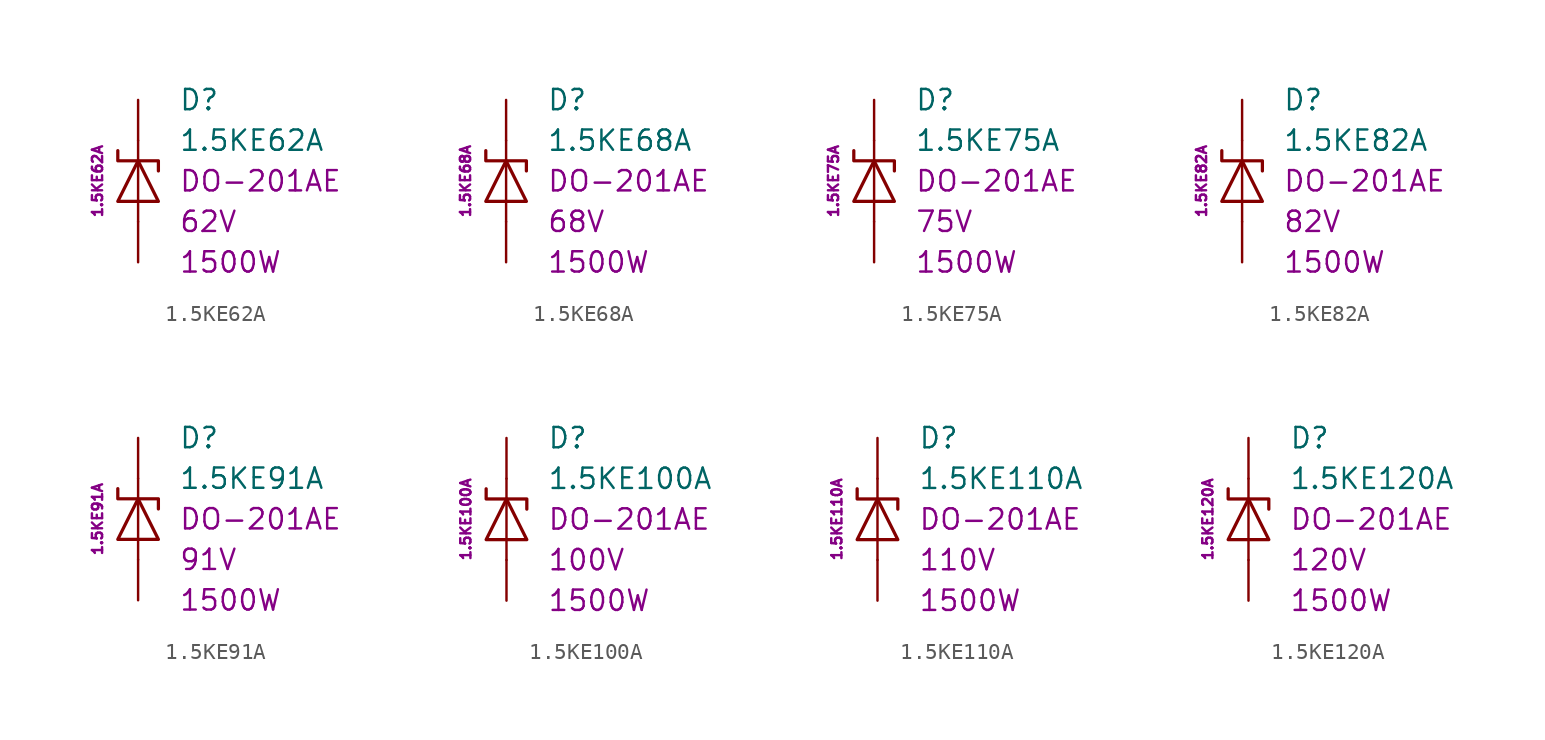
<source format=kicad_sym>
(kicad_symbol_lib
  (version 20201005)
  (generator kicad_symbol_editor)
  (symbol "1.5KE62A"
    (pin_numbers hide)
    (pin_names
      (offset 1.016) hide)
    (property "Reference" "D"
      (at 2.54 5.08 0)
      (effects (font (size 1.27 1.27)) (justify left)))
    (property "Value" "1.5KE62A"
      (at 2.54 2.54 0)
      (effects (font (size 1.27 1.27)) (justify left)))
    (property "Package" "DO-201AE"
      (at 2.54 0 0)
      (effects (font (size 1.27 1.27)) (justify left)))
    (property "Voltage" "62V"
      (at 2.54 -2.54 0)
      (effects (font (size 1.27 1.27)) (justify left)))
    (property "PeakPulsePower" "1500W"
      (at 2.54 -5.08 0)
      (effects (font (size 1.27 1.27)) (justify left)))
    (property "MPN" "1.5KE62A"
      (at -2.54 0 90)
      (effects (font (size 0.635 0.635))))
    (symbol "1.5KE62A_0_1"
      (polyline (pts (xy 0 -2.54) (xy 0 -1.27)) (stroke (width 0)) (fill (type none)))
      (polyline (pts (xy 0 -1.27) (xy 0 1.27)) (stroke (width 0)) (fill (type none)))
      (polyline (pts (xy 0 2.54) (xy 0 1.27)) (stroke (width 0)) (fill (type none)))
      (polyline (pts (xy -1.27 -1.27) (xy 1.27 -1.27) (xy 0 1.27) (xy -1.27 -1.27)) (stroke (width 0.203)) (fill (type none)))
      (polyline (pts (xy -1.27 1.905) (xy -1.27 1.27) (xy 1.27 1.27) (xy 1.27 0.635)) (stroke (width 0.203)) (fill (type none))))
    (symbol "1.5KE62A_1_1"
      (pin passive line (at 0 5.08 270) (length 2.54) (name "K" (effects (font (size 1.27 1.27)))) (number "1" (effects (font (size 1.27 1.27)))))
      (pin passive line (at 0 -5.08 90) (length 2.54) (name "A" (effects (font (size 1.27 1.27)))) (number "2" (effects (font (size 1.27 1.27)))))))
  (symbol "1.5KE68A"
    (pin_numbers hide)
    (pin_names
      (offset 1.016) hide)
    (property "Reference" "D"
      (at 2.54 5.08 0)
      (effects (font (size 1.27 1.27)) (justify left)))
    (property "Value" "1.5KE68A"
      (at 2.54 2.54 0)
      (effects (font (size 1.27 1.27)) (justify left)))
    (property "Package" "DO-201AE"
      (at 2.54 0 0)
      (effects (font (size 1.27 1.27)) (justify left)))
    (property "Voltage" "68V"
      (at 2.54 -2.54 0)
      (effects (font (size 1.27 1.27)) (justify left)))
    (property "PeakPulsePower" "1500W"
      (at 2.54 -5.08 0)
      (effects (font (size 1.27 1.27)) (justify left)))
    (property "MPN" "1.5KE68A"
      (at -2.54 0 90)
      (effects (font (size 0.635 0.635))))
    (symbol "1.5KE68A_0_1"
      (polyline (pts (xy 0 -2.54) (xy 0 -1.27)) (stroke (width 0)) (fill (type none)))
      (polyline (pts (xy 0 -1.27) (xy 0 1.27)) (stroke (width 0)) (fill (type none)))
      (polyline (pts (xy 0 2.54) (xy 0 1.27)) (stroke (width 0)) (fill (type none)))
      (polyline (pts (xy -1.27 -1.27) (xy 1.27 -1.27) (xy 0 1.27) (xy -1.27 -1.27)) (stroke (width 0.203)) (fill (type none)))
      (polyline (pts (xy -1.27 1.905) (xy -1.27 1.27) (xy 1.27 1.27) (xy 1.27 0.635)) (stroke (width 0.203)) (fill (type none))))
    (symbol "1.5KE68A_1_1"
      (pin passive line (at 0 5.08 270) (length 2.54) (name "K" (effects (font (size 1.27 1.27)))) (number "1" (effects (font (size 1.27 1.27)))))
      (pin passive line (at 0 -5.08 90) (length 2.54) (name "A" (effects (font (size 1.27 1.27)))) (number "2" (effects (font (size 1.27 1.27)))))))
  (symbol "1.5KE75A"
    (pin_numbers hide)
    (pin_names
      (offset 1.016) hide)
    (property "Reference" "D"
      (at 2.54 5.08 0)
      (effects (font (size 1.27 1.27)) (justify left)))
    (property "Value" "1.5KE75A"
      (at 2.54 2.54 0)
      (effects (font (size 1.27 1.27)) (justify left)))
    (property "Package" "DO-201AE"
      (at 2.54 0 0)
      (effects (font (size 1.27 1.27)) (justify left)))
    (property "Voltage" "75V"
      (at 2.54 -2.54 0)
      (effects (font (size 1.27 1.27)) (justify left)))
    (property "PeakPulsePower" "1500W"
      (at 2.54 -5.08 0)
      (effects (font (size 1.27 1.27)) (justify left)))
    (property "MPN" "1.5KE75A"
      (at -2.54 0 90)
      (effects (font (size 0.635 0.635))))
    (symbol "1.5KE75A_0_1"
      (polyline (pts (xy 0 -2.54) (xy 0 -1.27)) (stroke (width 0)) (fill (type none)))
      (polyline (pts (xy 0 -1.27) (xy 0 1.27)) (stroke (width 0)) (fill (type none)))
      (polyline (pts (xy 0 2.54) (xy 0 1.27)) (stroke (width 0)) (fill (type none)))
      (polyline (pts (xy -1.27 -1.27) (xy 1.27 -1.27) (xy 0 1.27) (xy -1.27 -1.27)) (stroke (width 0.203)) (fill (type none)))
      (polyline (pts (xy -1.27 1.905) (xy -1.27 1.27) (xy 1.27 1.27) (xy 1.27 0.635)) (stroke (width 0.203)) (fill (type none))))
    (symbol "1.5KE75A_1_1"
      (pin passive line (at 0 5.08 270) (length 2.54) (name "K" (effects (font (size 1.27 1.27)))) (number "1" (effects (font (size 1.27 1.27)))))
      (pin passive line (at 0 -5.08 90) (length 2.54) (name "A" (effects (font (size 1.27 1.27)))) (number "2" (effects (font (size 1.27 1.27)))))))
  (symbol "1.5KE82A"
    (pin_numbers hide)
    (pin_names
      (offset 1.016) hide)
    (property "Reference" "D"
      (at 2.54 5.08 0)
      (effects (font (size 1.27 1.27)) (justify left)))
    (property "Value" "1.5KE82A"
      (at 2.54 2.54 0)
      (effects (font (size 1.27 1.27)) (justify left)))
    (property "Package" "DO-201AE"
      (at 2.54 0 0)
      (effects (font (size 1.27 1.27)) (justify left)))
    (property "Voltage" "82V"
      (at 2.54 -2.54 0)
      (effects (font (size 1.27 1.27)) (justify left)))
    (property "PeakPulsePower" "1500W"
      (at 2.54 -5.08 0)
      (effects (font (size 1.27 1.27)) (justify left)))
    (property "MPN" "1.5KE82A"
      (at -2.54 0 90)
      (effects (font (size 0.635 0.635))))
    (symbol "1.5KE82A_0_1"
      (polyline (pts (xy 0 -2.54) (xy 0 -1.27)) (stroke (width 0)) (fill (type none)))
      (polyline (pts (xy 0 -1.27) (xy 0 1.27)) (stroke (width 0)) (fill (type none)))
      (polyline (pts (xy 0 2.54) (xy 0 1.27)) (stroke (width 0)) (fill (type none)))
      (polyline (pts (xy -1.27 -1.27) (xy 1.27 -1.27) (xy 0 1.27) (xy -1.27 -1.27)) (stroke (width 0.203)) (fill (type none)))
      (polyline (pts (xy -1.27 1.905) (xy -1.27 1.27) (xy 1.27 1.27) (xy 1.27 0.635)) (stroke (width 0.203)) (fill (type none))))
    (symbol "1.5KE82A_1_1"
      (pin passive line (at 0 5.08 270) (length 2.54) (name "K" (effects (font (size 1.27 1.27)))) (number "1" (effects (font (size 1.27 1.27)))))
      (pin passive line (at 0 -5.08 90) (length 2.54) (name "A" (effects (font (size 1.27 1.27)))) (number "2" (effects (font (size 1.27 1.27)))))))
  (symbol "1.5KE91A"
    (pin_numbers hide)
    (pin_names
      (offset 1.016) hide)
    (property "Reference" "D"
      (at 2.54 5.08 0)
      (effects (font (size 1.27 1.27)) (justify left)))
    (property "Value" "1.5KE91A"
      (at 2.54 2.54 0)
      (effects (font (size 1.27 1.27)) (justify left)))
    (property "Package" "DO-201AE"
      (at 2.54 0 0)
      (effects (font (size 1.27 1.27)) (justify left)))
    (property "Voltage" "91V"
      (at 2.54 -2.54 0)
      (effects (font (size 1.27 1.27)) (justify left)))
    (property "PeakPulsePower" "1500W"
      (at 2.54 -5.08 0)
      (effects (font (size 1.27 1.27)) (justify left)))
    (property "MPN" "1.5KE91A"
      (at -2.54 0 90)
      (effects (font (size 0.635 0.635))))
    (symbol "1.5KE91A_0_1"
      (polyline (pts (xy 0 -2.54) (xy 0 -1.27)) (stroke (width 0)) (fill (type none)))
      (polyline (pts (xy 0 -1.27) (xy 0 1.27)) (stroke (width 0)) (fill (type none)))
      (polyline (pts (xy 0 2.54) (xy 0 1.27)) (stroke (width 0)) (fill (type none)))
      (polyline (pts (xy -1.27 -1.27) (xy 1.27 -1.27) (xy 0 1.27) (xy -1.27 -1.27)) (stroke (width 0.203)) (fill (type none)))
      (polyline (pts (xy -1.27 1.905) (xy -1.27 1.27) (xy 1.27 1.27) (xy 1.27 0.635)) (stroke (width 0.203)) (fill (type none))))
    (symbol "1.5KE91A_1_1"
      (pin passive line (at 0 5.08 270) (length 2.54) (name "K" (effects (font (size 1.27 1.27)))) (number "1" (effects (font (size 1.27 1.27)))))
      (pin passive line (at 0 -5.08 90) (length 2.54) (name "A" (effects (font (size 1.27 1.27)))) (number "2" (effects (font (size 1.27 1.27)))))))
  (symbol "1.5KE100A"
    (pin_numbers hide)
    (pin_names
      (offset 1.016) hide)
    (property "Reference" "D"
      (at 2.54 5.08 0)
      (effects (font (size 1.27 1.27)) (justify left)))
    (property "Value" "1.5KE100A"
      (at 2.54 2.54 0)
      (effects (font (size 1.27 1.27)) (justify left)))
    (property "Package" "DO-201AE"
      (at 2.54 0 0)
      (effects (font (size 1.27 1.27)) (justify left)))
    (property "Voltage" "100V"
      (at 2.54 -2.54 0)
      (effects (font (size 1.27 1.27)) (justify left)))
    (property "PeakPulsePower" "1500W"
      (at 2.54 -5.08 0)
      (effects (font (size 1.27 1.27)) (justify left)))
    (property "MPN" "1.5KE100A"
      (at -2.54 0 90)
      (effects (font (size 0.635 0.635))))
    (symbol "1.5KE100A_0_1"
      (polyline (pts (xy 0 -2.54) (xy 0 -1.27)) (stroke (width 0)) (fill (type none)))
      (polyline (pts (xy 0 -1.27) (xy 0 1.27)) (stroke (width 0)) (fill (type none)))
      (polyline (pts (xy 0 2.54) (xy 0 1.27)) (stroke (width 0)) (fill (type none)))
      (polyline (pts (xy -1.27 -1.27) (xy 1.27 -1.27) (xy 0 1.27) (xy -1.27 -1.27)) (stroke (width 0.203)) (fill (type none)))
      (polyline (pts (xy -1.27 1.905) (xy -1.27 1.27) (xy 1.27 1.27) (xy 1.27 0.635)) (stroke (width 0.203)) (fill (type none))))
    (symbol "1.5KE100A_1_1"
      (pin passive line (at 0 5.08 270) (length 2.54) (name "K" (effects (font (size 1.27 1.27)))) (number "1" (effects (font (size 1.27 1.27)))))
      (pin passive line (at 0 -5.08 90) (length 2.54) (name "A" (effects (font (size 1.27 1.27)))) (number "2" (effects (font (size 1.27 1.27)))))))
  (symbol "1.5KE110A"
    (pin_numbers hide)
    (pin_names
      (offset 1.016) hide)
    (property "Reference" "D"
      (at 2.54 5.08 0)
      (effects (font (size 1.27 1.27)) (justify left)))
    (property "Value" "1.5KE110A"
      (at 2.54 2.54 0)
      (effects (font (size 1.27 1.27)) (justify left)))
    (property "Package" "DO-201AE"
      (at 2.54 0 0)
      (effects (font (size 1.27 1.27)) (justify left)))
    (property "Voltage" "110V"
      (at 2.54 -2.54 0)
      (effects (font (size 1.27 1.27)) (justify left)))
    (property "PeakPulsePower" "1500W"
      (at 2.54 -5.08 0)
      (effects (font (size 1.27 1.27)) (justify left)))
    (property "MPN" "1.5KE110A"
      (at -2.54 0 90)
      (effects (font (size 0.635 0.635))))
    (symbol "1.5KE110A_0_1"
      (polyline (pts (xy 0 -2.54) (xy 0 -1.27)) (stroke (width 0)) (fill (type none)))
      (polyline (pts (xy 0 -1.27) (xy 0 1.27)) (stroke (width 0)) (fill (type none)))
      (polyline (pts (xy 0 2.54) (xy 0 1.27)) (stroke (width 0)) (fill (type none)))
      (polyline (pts (xy -1.27 -1.27) (xy 1.27 -1.27) (xy 0 1.27) (xy -1.27 -1.27)) (stroke (width 0.203)) (fill (type none)))
      (polyline (pts (xy -1.27 1.905) (xy -1.27 1.27) (xy 1.27 1.27) (xy 1.27 0.635)) (stroke (width 0.203)) (fill (type none))))
    (symbol "1.5KE110A_1_1"
      (pin passive line (at 0 5.08 270) (length 2.54) (name "K" (effects (font (size 1.27 1.27)))) (number "1" (effects (font (size 1.27 1.27)))))
      (pin passive line (at 0 -5.08 90) (length 2.54) (name "A" (effects (font (size 1.27 1.27)))) (number "2" (effects (font (size 1.27 1.27)))))))
  (symbol "1.5KE120A"
    (pin_numbers hide)
    (pin_names
      (offset 1.016) hide)
    (property "Reference" "D"
      (at 2.54 5.08 0)
      (effects (font (size 1.27 1.27)) (justify left)))
    (property "Value" "1.5KE120A"
      (at 2.54 2.54 0)
      (effects (font (size 1.27 1.27)) (justify left)))
    (property "Package" "DO-201AE"
      (at 2.54 0 0)
      (effects (font (size 1.27 1.27)) (justify left)))
    (property "Voltage" "120V"
      (at 2.54 -2.54 0)
      (effects (font (size 1.27 1.27)) (justify left)))
    (property "PeakPulsePower" "1500W"
      (at 2.54 -5.08 0)
      (effects (font (size 1.27 1.27)) (justify left)))
    (property "MPN" "1.5KE120A"
      (at -2.54 0 90)
      (effects (font (size 0.635 0.635))))
    (symbol "1.5KE120A_0_1"
      (polyline (pts (xy 0 -2.54) (xy 0 -1.27)) (stroke (width 0)) (fill (type none)))
      (polyline (pts (xy 0 -1.27) (xy 0 1.27)) (stroke (width 0)) (fill (type none)))
      (polyline (pts (xy 0 2.54) (xy 0 1.27)) (stroke (width 0)) (fill (type none)))
      (polyline (pts (xy -1.27 -1.27) (xy 1.27 -1.27) (xy 0 1.27) (xy -1.27 -1.27)) (stroke (width 0.203)) (fill (type none)))
      (polyline (pts (xy -1.27 1.905) (xy -1.27 1.27) (xy 1.27 1.27) (xy 1.27 0.635)) (stroke (width 0.203)) (fill (type none))))
    (symbol "1.5KE120A_1_1"
      (pin passive line (at 0 5.08 270) (length 2.54) (name "K" (effects (font (size 1.27 1.27)))) (number "1" (effects (font (size 1.27 1.27)))))
      (pin passive line (at 0 -5.08 90) (length 2.54) (name "A" (effects (font (size 1.27 1.27)))) (number "2" (effects (font (size 1.27 1.27))))))))
</source>
